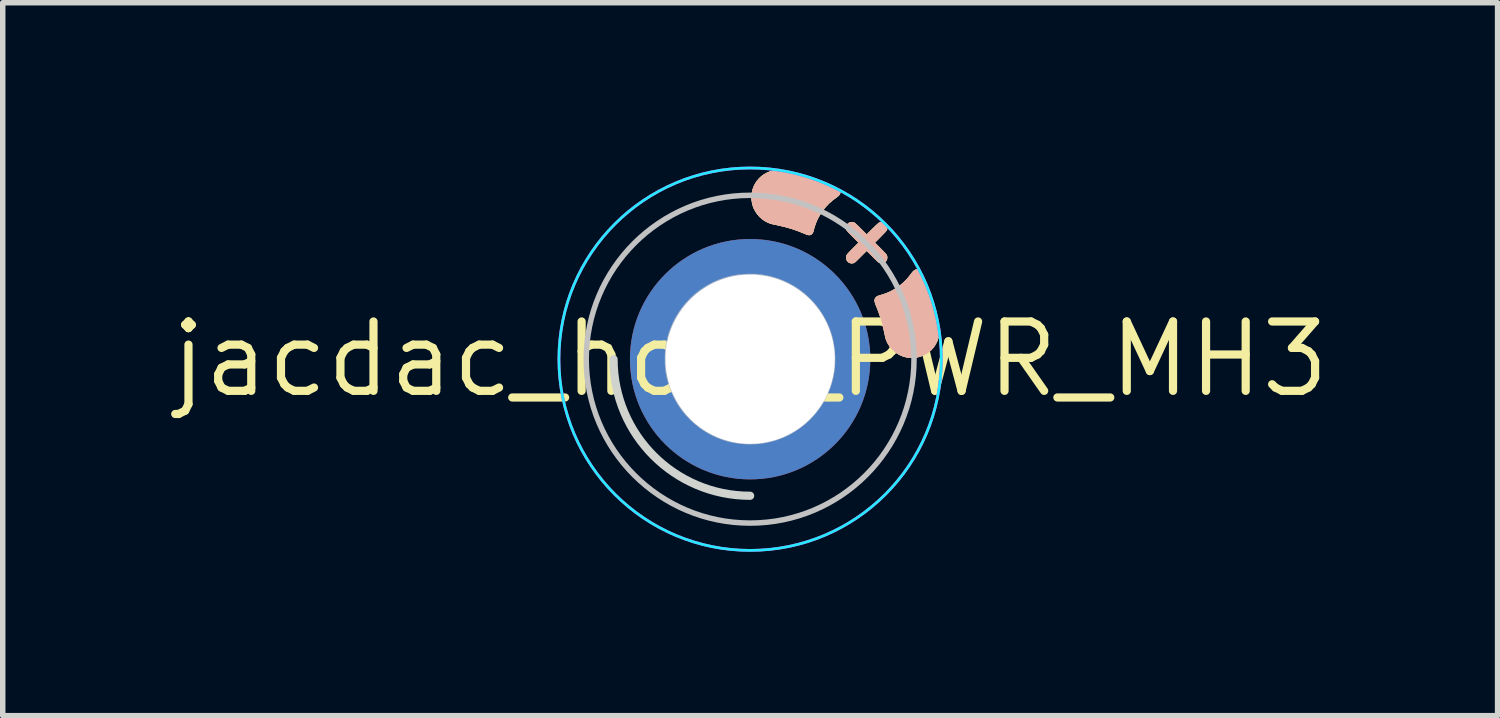
<source format=kicad_pcb>
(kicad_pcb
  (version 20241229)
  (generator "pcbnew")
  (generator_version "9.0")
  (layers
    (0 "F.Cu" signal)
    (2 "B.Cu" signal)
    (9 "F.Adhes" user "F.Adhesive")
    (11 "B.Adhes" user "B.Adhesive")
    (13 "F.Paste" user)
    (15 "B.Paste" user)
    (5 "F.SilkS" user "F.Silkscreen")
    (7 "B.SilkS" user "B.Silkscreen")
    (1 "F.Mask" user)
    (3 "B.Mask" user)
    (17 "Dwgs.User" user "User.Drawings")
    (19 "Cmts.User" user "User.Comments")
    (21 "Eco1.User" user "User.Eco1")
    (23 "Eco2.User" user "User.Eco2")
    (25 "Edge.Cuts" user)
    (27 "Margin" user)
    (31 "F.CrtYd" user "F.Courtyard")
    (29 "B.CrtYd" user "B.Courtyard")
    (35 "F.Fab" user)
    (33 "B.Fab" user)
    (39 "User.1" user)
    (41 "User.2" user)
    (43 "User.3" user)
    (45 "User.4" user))
  (footprint "jacdac_hole_PWR_MH3"
    (layer "F.Cu")
    (at 10.681 3.525)
    (property "Reference" "jacdac_hole_PWR_MH3" (at 0 0 0) (layer "F.SilkS") (effects (font (size 1.27 1.27) (thickness 0.15))))
    (attr through_hole exclude_from_bom)
    (fp_circle (center 0 0) (end 0 -2.5) (stroke (width 0) (type solid)) (fill yes) (layer "F.Mask"))
    (fp_circle (center 0 0) (end 0 -2.5) (stroke (width 0) (type solid)) (fill yes) (layer "B.Mask"))
    (fp_poly (pts (xy 2.284 -1.098) (xy 2.291 -1.114) (xy 2.301 -1.127) (xy 2.31 -1.137) (xy 2.32 -1.144) (xy 2.332 -1.151) (xy 2.347 -1.158) (xy 2.368 -1.164) (xy 2.394 -1.172) (xy 2.395 -1.173) (xy 2.452 -1.19) (xy 2.504 -1.209) (xy 2.553 -1.231) (xy 2.586 -1.247) (xy 2.661 -1.29) (xy 2.733 -1.339) (xy 2.8 -1.395) (xy 2.863 -1.456) (xy 2.919 -1.522) (xy 2.947 -1.56) (xy 2.969 -1.588) (xy 2.989 -1.61) (xy 3.009 -1.625) (xy 3.028 -1.635) (xy 3.048 -1.639) (xy 3.053 -1.639) (xy 3.071 -1.637) (xy 3.088 -1.631) (xy 3.104 -1.619) (xy 3.119 -1.602) (xy 3.135 -1.578) (xy 3.151 -1.548) (xy 3.151 -1.547) (xy 3.209 -1.426) (xy 3.262 -1.298) (xy 3.311 -1.165) (xy 3.356 -1.029) (xy 3.395 -0.889) (xy 3.429 -0.747) (xy 3.442 -0.688) (xy 3.453 -0.629) (xy 3.46 -0.576) (xy 3.463 -0.528) (xy 3.462 -0.486) (xy 3.458 -0.452) (xy 3.443 -0.389) (xy 3.422 -0.329) (xy 3.394 -0.273) (xy 3.36 -0.222) (xy 3.319 -0.175) (xy 3.273 -0.134) (xy 3.22 -0.097) (xy 3.212 -0.092) (xy 3.159 -0.066) (xy 3.103 -0.046) (xy 3.044 -0.033) (xy 2.984 -0.027) (xy 2.924 -0.028) (xy 2.864 -0.036) (xy 2.807 -0.05) (xy 2.803 -0.052) (xy 2.747 -0.075) (xy 2.694 -0.104) (xy 2.645 -0.14) (xy 2.6 -0.182) (xy 2.56 -0.228) (xy 2.527 -0.279) (xy 2.5 -0.333) (xy 2.491 -0.355) (xy 2.486 -0.37) (xy 2.481 -0.39) (xy 2.475 -0.414) (xy 2.469 -0.441) (xy 2.463 -0.467) (xy 2.463 -0.468) (xy 2.441 -0.567) (xy 2.418 -0.661) (xy 2.392 -0.751) (xy 2.362 -0.838) (xy 2.33 -0.925) (xy 2.31 -0.973) (xy 2.296 -1.008) (xy 2.287 -1.036) (xy 2.282 -1.06) (xy 2.281 -1.081) (xy 2.284 -1.098)) (stroke (width 0.01) (type solid)) (fill yes) (layer "F.SilkS"))
    (fp_poly (pts (xy 0.035 -3.049) (xy 0.048 -3.107) (xy 0.069 -3.162) (xy 0.095 -3.214) (xy 0.128 -3.263) (xy 0.166 -3.308) (xy 0.209 -3.348) (xy 0.258 -3.383) (xy 0.311 -3.412) (xy 0.368 -3.436) (xy 0.43 -3.453) (xy 0.431 -3.454) (xy 0.449 -3.457) (xy 0.468 -3.459) (xy 0.491 -3.46) (xy 0.519 -3.46) (xy 0.531 -3.46) (xy 0.552 -3.46) (xy 0.573 -3.459) (xy 0.595 -3.457) (xy 0.617 -3.455) (xy 0.642 -3.451) (xy 0.67 -3.446) (xy 0.702 -3.439) (xy 0.74 -3.431) (xy 0.784 -3.421) (xy 0.802 -3.417) (xy 0.916 -3.388) (xy 1.032 -3.354) (xy 1.149 -3.316) (xy 1.265 -3.274) (xy 1.379 -3.228) (xy 1.487 -3.18) (xy 1.558 -3.145) (xy 1.586 -3.131) (xy 1.607 -3.118) (xy 1.623 -3.106) (xy 1.634 -3.094) (xy 1.642 -3.082) (xy 1.642 -3.08) (xy 1.648 -3.062) (xy 1.648 -3.045) (xy 1.644 -3.031) (xy 1.634 -3.011) (xy 1.615 -2.991) (xy 1.59 -2.97) (xy 1.585 -2.967) (xy 1.512 -2.913) (xy 1.444 -2.854) (xy 1.383 -2.79) (xy 1.328 -2.721) (xy 1.279 -2.648) (xy 1.237 -2.572) (xy 1.211 -2.515) (xy 1.199 -2.484) (xy 1.188 -2.452) (xy 1.177 -2.419) (xy 1.166 -2.381) (xy 1.157 -2.348) (xy 1.152 -2.33) (xy 1.147 -2.317) (xy 1.14 -2.306) (xy 1.132 -2.298) (xy 1.117 -2.284) (xy 1.1 -2.276) (xy 1.082 -2.274) (xy 1.061 -2.276) (xy 1.035 -2.284) (xy 1.013 -2.293) (xy 0.892 -2.342) (xy 0.768 -2.386) (xy 0.639 -2.423) (xy 0.506 -2.454) (xy 0.475 -2.461) (xy 0.44 -2.468) (xy 0.412 -2.474) (xy 0.388 -2.48) (xy 0.368 -2.486) (xy 0.349 -2.493) (xy 0.331 -2.501) (xy 0.317 -2.507) (xy 0.264 -2.535) (xy 0.215 -2.571) (xy 0.17 -2.611) (xy 0.131 -2.657) (xy 0.097 -2.707) (xy 0.069 -2.761) (xy 0.048 -2.817) (xy 0.037 -2.864) (xy 0.028 -2.927) (xy 0.028 -2.989) (xy 0.035 -3.049)) (stroke (width 0.01) (type solid)) (fill yes) (layer "F.SilkS"))
    (fp_poly (pts (xy 1.761 -1.87) (xy 1.762 -1.88) (xy 1.764 -1.89) (xy 1.768 -1.899) (xy 1.774 -1.91) (xy 1.783 -1.922) (xy 1.795 -1.936) (xy 1.811 -1.953) (xy 1.831 -1.974) (xy 1.855 -1.999) (xy 1.883 -2.027) (xy 1.989 -2.133) (xy 1.881 -2.241) (xy 1.849 -2.274) (xy 1.822 -2.302) (xy 1.801 -2.324) (xy 1.785 -2.342) (xy 1.774 -2.355) (xy 1.768 -2.363) (xy 1.767 -2.365) (xy 1.761 -2.389) (xy 1.762 -2.415) (xy 1.767 -2.441) (xy 1.778 -2.464) (xy 1.788 -2.476) (xy 1.808 -2.492) (xy 1.832 -2.502) (xy 1.859 -2.506) (xy 1.886 -2.503) (xy 1.896 -2.5) (xy 1.902 -2.498) (xy 1.908 -2.495) (xy 1.915 -2.491) (xy 1.923 -2.485) (xy 1.933 -2.476) (xy 1.946 -2.464) (xy 1.962 -2.449) (xy 1.982 -2.43) (xy 2.006 -2.406) (xy 2.026 -2.386) (xy 2.134 -2.279) (xy 2.24 -2.384) (xy 2.269 -2.412) (xy 2.294 -2.437) (xy 2.317 -2.458) (xy 2.336 -2.475) (xy 2.35 -2.488) (xy 2.359 -2.495) (xy 2.362 -2.497) (xy 2.38 -2.502) (xy 2.402 -2.505) (xy 2.425 -2.503) (xy 2.445 -2.499) (xy 2.454 -2.496) (xy 2.473 -2.482) (xy 2.49 -2.463) (xy 2.501 -2.444) (xy 2.505 -2.428) (xy 2.507 -2.408) (xy 2.506 -2.388) (xy 2.503 -2.37) (xy 2.501 -2.364) (xy 2.496 -2.357) (xy 2.485 -2.344) (xy 2.469 -2.326) (xy 2.447 -2.303) (xy 2.42 -2.275) (xy 2.387 -2.242) (xy 2.387 -2.241) (xy 2.279 -2.133) (xy 2.385 -2.027) (xy 2.416 -1.996) (xy 2.441 -1.97) (xy 2.462 -1.948) (xy 2.477 -1.931) (xy 2.489 -1.918) (xy 2.496 -1.908) (xy 2.499 -1.903) (xy 2.506 -1.879) (xy 2.507 -1.852) (xy 2.502 -1.826) (xy 2.497 -1.813) (xy 2.481 -1.789) (xy 2.46 -1.772) (xy 2.438 -1.762) (xy 2.42 -1.758) (xy 2.405 -1.757) (xy 2.389 -1.759) (xy 2.376 -1.763) (xy 2.37 -1.764) (xy 2.364 -1.767) (xy 2.358 -1.771) (xy 2.351 -1.776) (xy 2.342 -1.783) (xy 2.33 -1.794) (xy 2.316 -1.808) (xy 2.298 -1.825) (xy 2.276 -1.847) (xy 2.248 -1.874) (xy 2.244 -1.879) (xy 2.134 -1.988) (xy 2.024 -1.879) (xy 1.996 -1.851) (xy 1.973 -1.828) (xy 1.954 -1.81) (xy 1.939 -1.795) (xy 1.927 -1.785) (xy 1.918 -1.777) (xy 1.911 -1.771) (xy 1.904 -1.767) (xy 1.899 -1.765) (xy 1.893 -1.763) (xy 1.892 -1.763) (xy 1.873 -1.758) (xy 1.858 -1.757) (xy 1.843 -1.759) (xy 1.83 -1.762) (xy 1.805 -1.773) (xy 1.786 -1.79) (xy 1.771 -1.812) (xy 1.763 -1.838) (xy 1.761 -1.859) (xy 1.761 -1.87)) (stroke (width 0.01) (type solid)) (fill yes) (layer "F.SilkS"))
    (fp_poly (pts (xy 2.284 -1.098) (xy 2.291 -1.114) (xy 2.301 -1.127) (xy 2.31 -1.137) (xy 2.32 -1.144) (xy 2.332 -1.151) (xy 2.347 -1.158) (xy 2.368 -1.164) (xy 2.394 -1.172) (xy 2.395 -1.173) (xy 2.452 -1.19) (xy 2.504 -1.209) (xy 2.553 -1.231) (xy 2.586 -1.247) (xy 2.661 -1.29) (xy 2.733 -1.339) (xy 2.8 -1.395) (xy 2.863 -1.456) (xy 2.919 -1.522) (xy 2.947 -1.56) (xy 2.969 -1.588) (xy 2.989 -1.61) (xy 3.009 -1.625) (xy 3.028 -1.635) (xy 3.048 -1.639) (xy 3.053 -1.639) (xy 3.071 -1.637) (xy 3.088 -1.631) (xy 3.104 -1.619) (xy 3.119 -1.602) (xy 3.135 -1.578) (xy 3.151 -1.548) (xy 3.151 -1.547) (xy 3.209 -1.426) (xy 3.262 -1.298) (xy 3.311 -1.165) (xy 3.356 -1.029) (xy 3.395 -0.889) (xy 3.429 -0.747) (xy 3.442 -0.688) (xy 3.453 -0.629) (xy 3.46 -0.576) (xy 3.463 -0.528) (xy 3.462 -0.486) (xy 3.458 -0.452) (xy 3.443 -0.389) (xy 3.422 -0.329) (xy 3.394 -0.273) (xy 3.36 -0.222) (xy 3.319 -0.175) (xy 3.273 -0.134) (xy 3.22 -0.097) (xy 3.212 -0.092) (xy 3.159 -0.066) (xy 3.103 -0.046) (xy 3.044 -0.033) (xy 2.984 -0.027) (xy 2.924 -0.028) (xy 2.864 -0.036) (xy 2.807 -0.05) (xy 2.803 -0.052) (xy 2.747 -0.075) (xy 2.694 -0.104) (xy 2.645 -0.14) (xy 2.6 -0.182) (xy 2.56 -0.228) (xy 2.527 -0.279) (xy 2.5 -0.333) (xy 2.491 -0.355) (xy 2.486 -0.37) (xy 2.481 -0.39) (xy 2.475 -0.414) (xy 2.469 -0.441) (xy 2.463 -0.467) (xy 2.463 -0.468) (xy 2.441 -0.567) (xy 2.418 -0.661) (xy 2.392 -0.751) (xy 2.362 -0.838) (xy 2.33 -0.925) (xy 2.31 -0.973) (xy 2.296 -1.008) (xy 2.287 -1.036) (xy 2.282 -1.06) (xy 2.281 -1.081) (xy 2.284 -1.098)) (stroke (width 0.01) (type solid)) (fill yes) (layer "B.SilkS"))
    (fp_poly (pts (xy 0.035 -3.049) (xy 0.048 -3.107) (xy 0.069 -3.162) (xy 0.095 -3.214) (xy 0.128 -3.263) (xy 0.166 -3.308) (xy 0.209 -3.348) (xy 0.258 -3.383) (xy 0.311 -3.412) (xy 0.368 -3.436) (xy 0.43 -3.453) (xy 0.431 -3.454) (xy 0.449 -3.457) (xy 0.468 -3.459) (xy 0.491 -3.46) (xy 0.519 -3.46) (xy 0.531 -3.46) (xy 0.552 -3.46) (xy 0.573 -3.459) (xy 0.595 -3.457) (xy 0.617 -3.455) (xy 0.642 -3.451) (xy 0.67 -3.446) (xy 0.702 -3.439) (xy 0.74 -3.431) (xy 0.784 -3.421) (xy 0.802 -3.417) (xy 0.916 -3.388) (xy 1.032 -3.354) (xy 1.149 -3.316) (xy 1.265 -3.274) (xy 1.379 -3.228) (xy 1.487 -3.18) (xy 1.558 -3.145) (xy 1.586 -3.131) (xy 1.607 -3.118) (xy 1.623 -3.106) (xy 1.634 -3.094) (xy 1.642 -3.082) (xy 1.642 -3.08) (xy 1.648 -3.062) (xy 1.648 -3.045) (xy 1.644 -3.031) (xy 1.634 -3.011) (xy 1.615 -2.991) (xy 1.59 -2.97) (xy 1.585 -2.967) (xy 1.512 -2.913) (xy 1.444 -2.854) (xy 1.383 -2.79) (xy 1.328 -2.721) (xy 1.279 -2.648) (xy 1.237 -2.572) (xy 1.211 -2.515) (xy 1.199 -2.484) (xy 1.188 -2.452) (xy 1.177 -2.419) (xy 1.166 -2.381) (xy 1.157 -2.348) (xy 1.152 -2.33) (xy 1.147 -2.317) (xy 1.14 -2.306) (xy 1.132 -2.298) (xy 1.117 -2.284) (xy 1.1 -2.276) (xy 1.082 -2.274) (xy 1.061 -2.276) (xy 1.035 -2.284) (xy 1.013 -2.293) (xy 0.892 -2.342) (xy 0.768 -2.386) (xy 0.639 -2.423) (xy 0.506 -2.454) (xy 0.475 -2.461) (xy 0.44 -2.468) (xy 0.412 -2.474) (xy 0.388 -2.48) (xy 0.368 -2.486) (xy 0.349 -2.493) (xy 0.331 -2.501) (xy 0.317 -2.507) (xy 0.264 -2.535) (xy 0.215 -2.571) (xy 0.17 -2.611) (xy 0.131 -2.657) (xy 0.097 -2.707) (xy 0.069 -2.761) (xy 0.048 -2.817) (xy 0.037 -2.864) (xy 0.028 -2.927) (xy 0.028 -2.989) (xy 0.035 -3.049)) (stroke (width 0.01) (type solid)) (fill yes) (layer "B.SilkS"))
    (fp_poly (pts (xy 1.761 -1.87) (xy 1.762 -1.88) (xy 1.764 -1.89) (xy 1.768 -1.899) (xy 1.774 -1.91) (xy 1.783 -1.922) (xy 1.795 -1.936) (xy 1.811 -1.953) (xy 1.831 -1.974) (xy 1.855 -1.999) (xy 1.883 -2.027) (xy 1.989 -2.133) (xy 1.881 -2.241) (xy 1.849 -2.274) (xy 1.822 -2.302) (xy 1.801 -2.324) (xy 1.785 -2.342) (xy 1.774 -2.355) (xy 1.768 -2.363) (xy 1.767 -2.365) (xy 1.761 -2.389) (xy 1.762 -2.415) (xy 1.767 -2.441) (xy 1.778 -2.464) (xy 1.788 -2.476) (xy 1.808 -2.492) (xy 1.832 -2.502) (xy 1.859 -2.506) (xy 1.886 -2.503) (xy 1.896 -2.5) (xy 1.902 -2.498) (xy 1.908 -2.495) (xy 1.915 -2.491) (xy 1.923 -2.485) (xy 1.933 -2.476) (xy 1.946 -2.464) (xy 1.962 -2.449) (xy 1.982 -2.43) (xy 2.006 -2.406) (xy 2.026 -2.386) (xy 2.134 -2.279) (xy 2.24 -2.384) (xy 2.269 -2.412) (xy 2.294 -2.437) (xy 2.317 -2.458) (xy 2.336 -2.475) (xy 2.35 -2.488) (xy 2.359 -2.495) (xy 2.362 -2.497) (xy 2.38 -2.502) (xy 2.402 -2.505) (xy 2.425 -2.503) (xy 2.445 -2.499) (xy 2.454 -2.496) (xy 2.473 -2.482) (xy 2.49 -2.463) (xy 2.501 -2.444) (xy 2.505 -2.428) (xy 2.507 -2.408) (xy 2.506 -2.388) (xy 2.503 -2.37) (xy 2.501 -2.364) (xy 2.496 -2.357) (xy 2.485 -2.344) (xy 2.469 -2.326) (xy 2.447 -2.303) (xy 2.42 -2.275) (xy 2.387 -2.242) (xy 2.387 -2.241) (xy 2.279 -2.133) (xy 2.385 -2.027) (xy 2.416 -1.996) (xy 2.441 -1.97) (xy 2.462 -1.948) (xy 2.477 -1.931) (xy 2.489 -1.918) (xy 2.496 -1.908) (xy 2.499 -1.903) (xy 2.506 -1.879) (xy 2.507 -1.852) (xy 2.502 -1.826) (xy 2.497 -1.813) (xy 2.481 -1.789) (xy 2.46 -1.772) (xy 2.438 -1.762) (xy 2.42 -1.758) (xy 2.405 -1.757) (xy 2.389 -1.759) (xy 2.376 -1.763) (xy 2.37 -1.764) (xy 2.364 -1.767) (xy 2.358 -1.771) (xy 2.351 -1.776) (xy 2.342 -1.783) (xy 2.33 -1.794) (xy 2.316 -1.808) (xy 2.298 -1.825) (xy 2.276 -1.847) (xy 2.248 -1.874) (xy 2.244 -1.879) (xy 2.134 -1.988) (xy 2.024 -1.879) (xy 1.996 -1.851) (xy 1.973 -1.828) (xy 1.954 -1.81) (xy 1.939 -1.795) (xy 1.927 -1.785) (xy 1.918 -1.777) (xy 1.911 -1.771) (xy 1.904 -1.767) (xy 1.899 -1.765) (xy 1.893 -1.763) (xy 1.892 -1.763) (xy 1.873 -1.758) (xy 1.858 -1.757) (xy 1.843 -1.759) (xy 1.83 -1.762) (xy 1.805 -1.773) (xy 1.786 -1.79) (xy 1.771 -1.812) (xy 1.763 -1.838) (xy 1.761 -1.859) (xy 1.761 -1.87)) (stroke (width 0.01) (type solid)) (fill yes) (layer "B.SilkS"))
    (fp_circle (center 0 0) (end -3 0) (stroke (width 0.1) (type default)) (fill no) (layer "Dwgs.User"))
    (fp_poly (pts (xy -0.051 1.553) (xy -0.173 1.545) (xy -0.291 1.528) (xy -0.405 1.503) (xy -0.517 1.468) (xy -0.628 1.424) (xy -0.686 1.397) (xy -0.796 1.337) (xy -0.901 1.269) (xy -0.999 1.194) (xy -1.09 1.112) (xy -1.175 1.023) (xy -1.252 0.929) (xy -1.321 0.828) (xy -1.382 0.722) (xy -1.435 0.611) (xy -1.478 0.496) (xy -1.513 0.377) (xy -1.526 0.321) (xy -1.535 0.278) (xy -1.542 0.239) (xy -1.547 0.204) (xy -1.551 0.169) (xy -1.554 0.133) (xy -1.556 0.093) (xy -1.556 0.047) (xy -1.557 -0.005) (xy -1.556 -0.061) (xy -1.555 -0.109) (xy -1.553 -0.152) (xy -1.549 -0.191) (xy -1.544 -0.23) (xy -1.538 -0.269) (xy -1.529 -0.312) (xy -1.521 -0.348) (xy -1.49 -0.466) (xy -1.448 -0.582) (xy -1.398 -0.695) (xy -1.339 -0.803) (xy -1.271 -0.907) (xy -1.195 -1.004) (xy -1.183 -1.019) (xy -1.097 -1.111) (xy -1.005 -1.195) (xy -0.906 -1.271) (xy -0.802 -1.339) (xy -0.69 -1.4) (xy -0.687 -1.401) (xy -0.596 -1.443) (xy -0.505 -1.477) (xy -0.413 -1.505) (xy -0.317 -1.528) (xy -0.221 -1.545) (xy -0.191 -1.549) (xy -0.158 -1.552) (xy -0.12 -1.554) (xy -0.076 -1.556) (xy -0.03 -1.557) (xy 0.005 -1.557) (xy 0.039 -1.557) (xy 0.068 -1.557) (xy 0.092 -1.557) (xy 0.108 -1.557) (xy 0.114 -1.557) (xy 0.226 -1.543) (xy 0.33 -1.524) (xy 0.429 -1.499) (xy 0.524 -1.469) (xy 0.618 -1.431) (xy 0.696 -1.395) (xy 0.8 -1.338) (xy 0.898 -1.274) (xy 0.99 -1.203) (xy 1.078 -1.124) (xy 1.115 -1.086) (xy 1.154 -1.045) (xy 1.188 -1.007) (xy 1.219 -0.969) (xy 1.249 -0.929) (xy 1.281 -0.884) (xy 1.296 -0.862) (xy 1.361 -0.755) (xy 1.417 -0.644) (xy 1.463 -0.53) (xy 1.5 -0.412) (xy 1.528 -0.292) (xy 1.545 -0.168) (xy 1.553 -0.048) (xy 1.553 0.003) (xy 1.537 0.003) (xy 1.536 -0.042) (xy 1.536 -0.085) (xy 1.534 -0.124) (xy 1.533 -0.158) (xy 1.53 -0.183) (xy 1.53 -0.188) (xy 1.507 -0.317) (xy 1.476 -0.44) (xy 1.436 -0.559) (xy 1.387 -0.672) (xy 1.33 -0.78) (xy 1.264 -0.883) (xy 1.189 -0.981) (xy 1.105 -1.075) (xy 1.087 -1.092) (xy 0.996 -1.176) (xy 0.9 -1.252) (xy 0.798 -1.32) (xy 0.691 -1.38) (xy 0.581 -1.431) (xy 0.467 -1.472) (xy 0.35 -1.505) (xy 0.231 -1.527) (xy 0.183 -1.534) (xy 0.16 -1.536) (xy 0.138 -1.539) (xy 0.122 -1.541) (xy 0.117 -1.541) (xy 0.1 -1.542) (xy 0.075 -1.543) (xy 0.044 -1.543) (xy 0.008 -1.542) (xy -0.031 -1.542) (xy -0.07 -1.54) (xy -0.109 -1.539) (xy -0.144 -1.537) (xy -0.175 -1.535) (xy -0.198 -1.533) (xy -0.208 -1.532) (xy -0.326 -1.511) (xy -0.437 -1.483) (xy -0.543 -1.448) (xy -0.646 -1.405) (xy -0.746 -1.354) (xy -0.845 -1.294) (xy -0.853 -1.288) (xy -0.92 -1.242) (xy -0.982 -1.194) (xy -1.042 -1.141) (xy -1.092 -1.092) (xy -1.177 -1.001) (xy -1.254 -0.903) (xy -1.322 -0.801) (xy -1.381 -0.694) (xy -1.432 -0.583) (xy -1.474 -0.468) (xy -1.505 -0.35) (xy -1.516 -0.302) (xy -1.523 -0.26) (xy -1.529 -0.224) (xy -1.534 -0.192) (xy -1.537 -0.16) (xy -1.54 -0.127) (xy -1.541 -0.091) (xy -1.542 -0.048) (xy -1.542 -0.003) (xy -1.541 0.049) (xy -1.54 0.095) (xy -1.539 0.134) (xy -1.537 0.165) (xy -1.535 0.183) (xy -1.515 0.302) (xy -1.488 0.415) (xy -1.454 0.522) (xy -1.412 0.625) (xy -1.362 0.726) (xy -1.303 0.825) (xy -1.288 0.848) (xy -1.242 0.915) (xy -1.194 0.977) (xy -1.141 1.037) (xy -1.092 1.087) (xy -1 1.173) (xy -0.903 1.25) (xy -0.801 1.318) (xy -0.694 1.377) (xy -0.582 1.427) (xy -0.465 1.468) (xy -0.343 1.501) (xy -0.216 1.526) (xy -0.188 1.53) (xy -0.164 1.532) (xy -0.132 1.534) (xy -0.094 1.535) (xy -0.052 1.536) (xy -0.007 1.537) (xy 0.037 1.536) (xy 0.08 1.536) (xy 0.119 1.534) (xy 0.153 1.533) (xy 0.179 1.53) (xy 0.183 1.53) (xy 0.312 1.507) (xy 0.435 1.476) (xy 0.554 1.436) (xy 0.667 1.387) (xy 0.775 1.33) (xy 0.878 1.264) (xy 0.976 1.189) (xy 1.069 1.105) (xy 1.087 1.087) (xy 1.173 0.995) (xy 1.25 0.898) (xy 1.317 0.796) (xy 1.376 0.69) (xy 1.427 0.578) (xy 1.468 0.461) (xy 1.501 0.339) (xy 1.526 0.211) (xy 1.53 0.183) (xy 1.532 0.159) (xy 1.534 0.127) (xy 1.536 0.089) (xy 1.536 0.047) (xy 1.537 0.003) (xy 1.553 0.003) (xy 1.553 0.045) (xy 1.549 0.132) (xy 1.54 0.217) (xy 1.525 0.303) (xy 1.509 0.373) (xy 1.476 0.49) (xy 1.433 0.604) (xy 1.381 0.714) (xy 1.321 0.819) (xy 1.253 0.92) (xy 1.177 1.015) (xy 1.094 1.103) (xy 1.004 1.186) (xy 0.908 1.261) (xy 0.807 1.329) (xy 0.7 1.388) (xy 0.696 1.39) (xy 0.583 1.441) (xy 0.469 1.483) (xy 0.354 1.514) (xy 0.237 1.537) (xy 0.116 1.55) (xy -0.008 1.554) (xy -0.051 1.553)) (stroke (width 0.01) (type solid)) (fill no) (layer "Dwgs.User"))
    (fp_arc (start 0 2.5) (mid -1.767767 1.767767) (end -2.5 0) (stroke (width 0.15) (type default)) (layer "Edge.Cuts"))
    (fp_circle (center 0 0) (end 0 -3.5) (stroke (width 0.05) (type default)) (fill no) (layer "B.CrtYd"))
    (fp_circle (center 0 0) (end 0 -3.5) (stroke (width 0.05) (type default)) (fill no) (layer "F.CrtYd"))
    (pad "MH3" thru_hole circle (at 0 0 180) (size 4.4 4.4) (drill 3.1) (layers "*.Cu"))
    (zone (net_name "") (layers "F.Cu" "B.Cu") (hatch edge 0.5) (connect_pads) (min_thickness 0.254) (filled_areas_thickness no) (keepout (tracks allowed) (vias allowed) (pads allowed) (copperpour not_allowed) (footprints allowed)) (placement (enabled no)) (fill) (polygon (pts (xy 7.676 3.525) (xy 7.697 3.874) (xy 7.757 4.218) (xy 7.857 4.553) (xy 7.996 4.874) (xy 8.171 5.176) (xy 8.379 5.457) (xy 8.619 5.711) (xy 8.887 5.935) (xy 9.179 6.127) (xy 9.491 6.284) (xy 9.819 6.404) (xy 10.16 6.484) (xy 10.507 6.525) (xy 10.856 6.525) (xy 11.203 6.484) (xy 11.543 6.404) (xy 11.872 6.284) (xy 12.184 6.127) (xy 12.476 5.935) (xy 12.744 5.711) (xy 12.983 5.457) (xy 13.192 5.176) (xy 13.367 4.874) (xy 13.505 4.553) (xy 13.605 4.218) (xy 13.666 3.874) (xy 13.686 3.525) (xy 13.666 3.176) (xy 13.605 2.832) (xy 13.505 2.497) (xy 13.367 2.176) (xy 13.192 1.874) (xy 12.983 1.593) (xy 12.744 1.339) (xy 12.476 1.115) (xy 12.184 0.923) (xy 11.872 0.766) (xy 11.543 0.646) (xy 11.203 0.566) (xy 10.856 0.525) (xy 10.507 0.525) (xy 10.16 0.566) (xy 9.819 0.646) (xy 9.491 0.766) (xy 9.179 0.923) (xy 8.887 1.115) (xy 8.619 1.339) (xy 8.379 1.593) (xy 8.171 1.874) (xy 7.996 2.176) (xy 7.857 2.497) (xy 7.757 2.832) (xy 7.697 3.176)))))
  (gr_rect
    (start -3 -3)
    (end 24.363 10.05)
    (stroke (width 0.1) (type default))
    (fill no)
    (layer "Edge.Cuts")))
</source>
